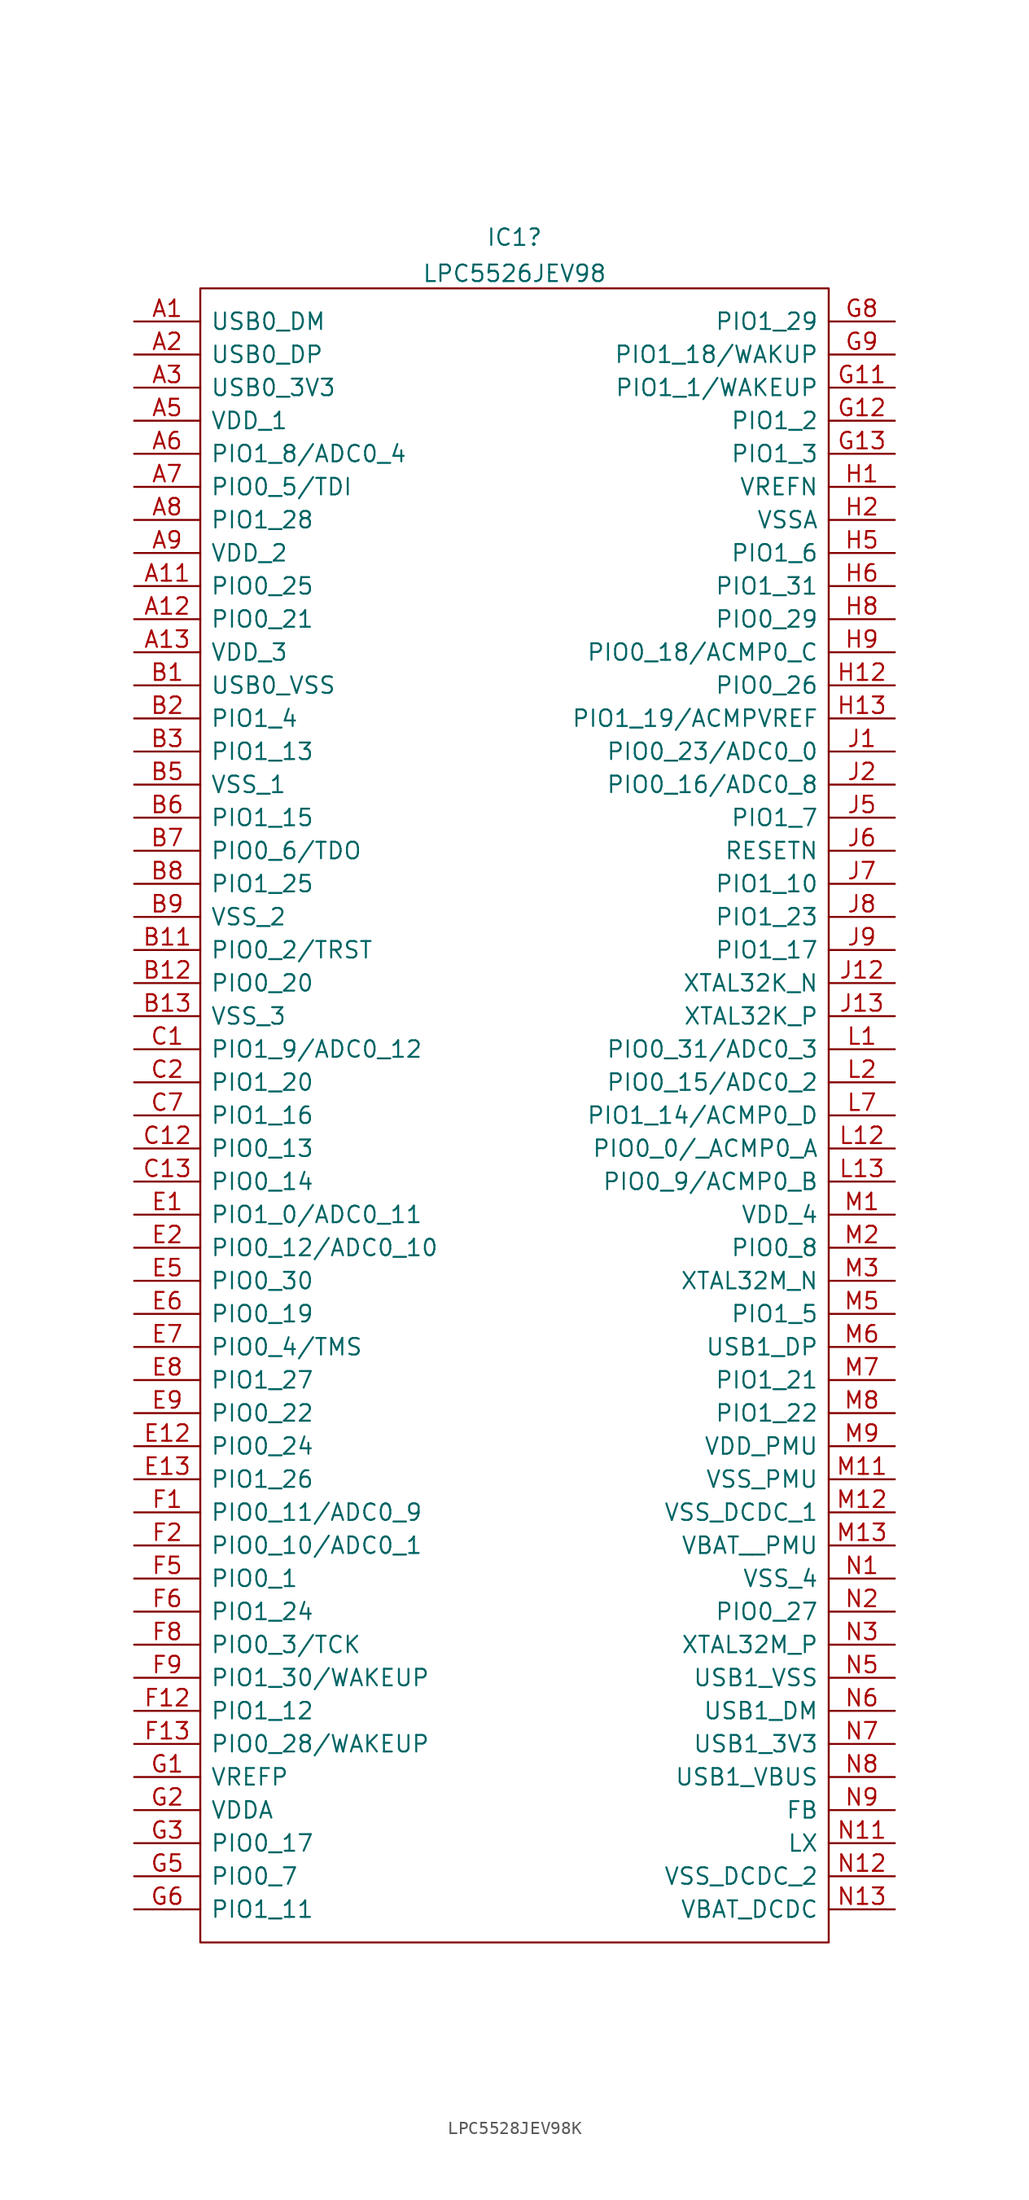
<source format=kicad_sym>
(kicad_symbol_lib
  (version 20211014)
  (generator kicad_symbol_editor)
  (symbol "LPC5528JEV98K"
    (pin_names
      (offset 0.762))
    (property "Reference" "IC1"
      (at 29.21 6.456 0)
      (effects (font (size 1.27 1.27))))
    (property "Value" "LPC5526JEV98"
      (at 29.21 3.681 0)
      (effects (font (size 1.27 1.27))))
    (symbol "LPC5528JEV98K_0_0"
      (pin passive line (at 0 0 0) (length 5.08) (name "USB0_DM" (effects (font (size 1.27 1.27)))) (number "A1" (effects (font (size 1.27 1.27)))))
      (pin passive line (at 0 -20.32 0) (length 5.08) (name "PIO0_25" (effects (font (size 1.27 1.27)))) (number "A11" (effects (font (size 1.27 1.27)))))
      (pin passive line (at 0 -22.86 0) (length 5.08) (name "PIO0_21" (effects (font (size 1.27 1.27)))) (number "A12" (effects (font (size 1.27 1.27)))))
      (pin passive line (at 0 -25.4 0) (length 5.08) (name "VDD_3" (effects (font (size 1.27 1.27)))) (number "A13" (effects (font (size 1.27 1.27)))))
      (pin passive line (at 0 -2.54 0) (length 5.08) (name "USB0_DP" (effects (font (size 1.27 1.27)))) (number "A2" (effects (font (size 1.27 1.27)))))
      (pin passive line (at 0 -5.08 0) (length 5.08) (name "USB0_3V3" (effects (font (size 1.27 1.27)))) (number "A3" (effects (font (size 1.27 1.27)))))
      (pin passive line (at 0 -7.62 0) (length 5.08) (name "VDD_1" (effects (font (size 1.27 1.27)))) (number "A5" (effects (font (size 1.27 1.27)))))
      (pin passive line (at 0 -10.16 0) (length 5.08) (name "PIO1_8/ADC0_4" (effects (font (size 1.27 1.27)))) (number "A6" (effects (font (size 1.27 1.27)))))
      (pin passive line (at 0 -12.7 0) (length 5.08) (name "PIO0_5/TDI" (effects (font (size 1.27 1.27)))) (number "A7" (effects (font (size 1.27 1.27)))))
      (pin passive line (at 0 -15.24 0) (length 5.08) (name "PIO1_28" (effects (font (size 1.27 1.27)))) (number "A8" (effects (font (size 1.27 1.27)))))
      (pin passive line (at 0 -17.78 0) (length 5.08) (name "VDD_2" (effects (font (size 1.27 1.27)))) (number "A9" (effects (font (size 1.27 1.27)))))
      (pin passive line (at 0 -27.94 0) (length 5.08) (name "USB0_VSS" (effects (font (size 1.27 1.27)))) (number "B1" (effects (font (size 1.27 1.27)))))
      (pin passive line (at 0 -48.26 0) (length 5.08) (name "PIO0_2/TRST" (effects (font (size 1.27 1.27)))) (number "B11" (effects (font (size 1.27 1.27)))))
      (pin passive line (at 0 -50.8 0) (length 5.08) (name "PIO0_20" (effects (font (size 1.27 1.27)))) (number "B12" (effects (font (size 1.27 1.27)))))
      (pin passive line (at 0 -53.34 0) (length 5.08) (name "VSS_3" (effects (font (size 1.27 1.27)))) (number "B13" (effects (font (size 1.27 1.27)))))
      (pin passive line (at 0 -30.48 0) (length 5.08) (name "PIO1_4" (effects (font (size 1.27 1.27)))) (number "B2" (effects (font (size 1.27 1.27)))))
      (pin passive line (at 0 -33.02 0) (length 5.08) (name "PIO1_13" (effects (font (size 1.27 1.27)))) (number "B3" (effects (font (size 1.27 1.27)))))
      (pin passive line (at 0 -35.56 0) (length 5.08) (name "VSS_1" (effects (font (size 1.27 1.27)))) (number "B5" (effects (font (size 1.27 1.27)))))
      (pin passive line (at 0 -38.1 0) (length 5.08) (name "PIO1_15" (effects (font (size 1.27 1.27)))) (number "B6" (effects (font (size 1.27 1.27)))))
      (pin passive line (at 0 -40.64 0) (length 5.08) (name "PIO0_6/TDO" (effects (font (size 1.27 1.27)))) (number "B7" (effects (font (size 1.27 1.27)))))
      (pin passive line (at 0 -43.18 0) (length 5.08) (name "PIO1_25" (effects (font (size 1.27 1.27)))) (number "B8" (effects (font (size 1.27 1.27)))))
      (pin passive line (at 0 -45.72 0) (length 5.08) (name "VSS_2" (effects (font (size 1.27 1.27)))) (number "B9" (effects (font (size 1.27 1.27)))))
      (pin passive line (at 0 -55.88 0) (length 5.08) (name "PIO1_9/ADC0_12" (effects (font (size 1.27 1.27)))) (number "C1" (effects (font (size 1.27 1.27)))))
      (pin passive line (at 0 -63.5 0) (length 5.08) (name "PIO0_13" (effects (font (size 1.27 1.27)))) (number "C12" (effects (font (size 1.27 1.27)))))
      (pin passive line (at 0 -66.04 0) (length 5.08) (name "PIO0_14" (effects (font (size 1.27 1.27)))) (number "C13" (effects (font (size 1.27 1.27)))))
      (pin passive line (at 0 -58.42 0) (length 5.08) (name "PIO1_20" (effects (font (size 1.27 1.27)))) (number "C2" (effects (font (size 1.27 1.27)))))
      (pin passive line (at 0 -60.96 0) (length 5.08) (name "PIO1_16" (effects (font (size 1.27 1.27)))) (number "C7" (effects (font (size 1.27 1.27)))))
      (pin passive line (at 0 -68.58 0) (length 5.08) (name "PIO1_0/ADC0_11" (effects (font (size 1.27 1.27)))) (number "E1" (effects (font (size 1.27 1.27)))))
      (pin passive line (at 0 -86.36 0) (length 5.08) (name "PIO0_24" (effects (font (size 1.27 1.27)))) (number "E12" (effects (font (size 1.27 1.27)))))
      (pin passive line (at 0 -88.9 0) (length 5.08) (name "PIO1_26" (effects (font (size 1.27 1.27)))) (number "E13" (effects (font (size 1.27 1.27)))))
      (pin passive line (at 0 -71.12 0) (length 5.08) (name "PIO0_12/ADC0_10" (effects (font (size 1.27 1.27)))) (number "E2" (effects (font (size 1.27 1.27)))))
      (pin passive line (at 0 -73.66 0) (length 5.08) (name "PIO0_30" (effects (font (size 1.27 1.27)))) (number "E5" (effects (font (size 1.27 1.27)))))
      (pin passive line (at 0 -76.2 0) (length 5.08) (name "PIO0_19" (effects (font (size 1.27 1.27)))) (number "E6" (effects (font (size 1.27 1.27)))))
      (pin passive line (at 0 -78.74 0) (length 5.08) (name "PIO0_4/TMS" (effects (font (size 1.27 1.27)))) (number "E7" (effects (font (size 1.27 1.27)))))
      (pin passive line (at 0 -81.28 0) (length 5.08) (name "PIO1_27" (effects (font (size 1.27 1.27)))) (number "E8" (effects (font (size 1.27 1.27)))))
      (pin passive line (at 0 -83.82 0) (length 5.08) (name "PIO0_22" (effects (font (size 1.27 1.27)))) (number "E9" (effects (font (size 1.27 1.27)))))
      (pin passive line (at 0 -91.44 0) (length 5.08) (name "PIO0_11/ADC0_9" (effects (font (size 1.27 1.27)))) (number "F1" (effects (font (size 1.27 1.27)))))
      (pin passive line (at 0 -106.68 0) (length 5.08) (name "PIO1_12" (effects (font (size 1.27 1.27)))) (number "F12" (effects (font (size 1.27 1.27)))))
      (pin passive line (at 0 -109.22 0) (length 5.08) (name "PIO0_28/WAKEUP" (effects (font (size 1.27 1.27)))) (number "F13" (effects (font (size 1.27 1.27)))))
      (pin passive line (at 0 -93.98 0) (length 5.08) (name "PIO0_10/ADC0_1" (effects (font (size 1.27 1.27)))) (number "F2" (effects (font (size 1.27 1.27)))))
      (pin passive line (at 0 -96.52 0) (length 5.08) (name "PIO0_1" (effects (font (size 1.27 1.27)))) (number "F5" (effects (font (size 1.27 1.27)))))
      (pin passive line (at 0 -99.06 0) (length 5.08) (name "PIO1_24" (effects (font (size 1.27 1.27)))) (number "F6" (effects (font (size 1.27 1.27)))))
      (pin passive line (at 0 -101.6 0) (length 5.08) (name "PIO0_3/TCK" (effects (font (size 1.27 1.27)))) (number "F8" (effects (font (size 1.27 1.27)))))
      (pin passive line (at 0 -104.14 0) (length 5.08) (name "PIO1_30/WAKEUP" (effects (font (size 1.27 1.27)))) (number "F9" (effects (font (size 1.27 1.27)))))
      (pin passive line (at 0 -111.76 0) (length 5.08) (name "VREFP" (effects (font (size 1.27 1.27)))) (number "G1" (effects (font (size 1.27 1.27)))))
      (pin passive line (at 58.42 -5.08 180) (length 5.08) (name "PIO1_1/WAKEUP" (effects (font (size 1.27 1.27)))) (number "G11" (effects (font (size 1.27 1.27)))))
      (pin passive line (at 58.42 -7.62 180) (length 5.08) (name "PIO1_2" (effects (font (size 1.27 1.27)))) (number "G12" (effects (font (size 1.27 1.27)))))
      (pin passive line (at 58.42 -10.16 180) (length 5.08) (name "PIO1_3" (effects (font (size 1.27 1.27)))) (number "G13" (effects (font (size 1.27 1.27)))))
      (pin passive line (at 0 -114.3 0) (length 5.08) (name "VDDA" (effects (font (size 1.27 1.27)))) (number "G2" (effects (font (size 1.27 1.27)))))
      (pin passive line (at 0 -116.84 0) (length 5.08) (name "PIO0_17" (effects (font (size 1.27 1.27)))) (number "G3" (effects (font (size 1.27 1.27)))))
      (pin passive line (at 0 -119.38 0) (length 5.08) (name "PIO0_7" (effects (font (size 1.27 1.27)))) (number "G5" (effects (font (size 1.27 1.27)))))
      (pin passive line (at 0 -121.92 0) (length 5.08) (name "PIO1_11" (effects (font (size 1.27 1.27)))) (number "G6" (effects (font (size 1.27 1.27)))))
      (pin passive line (at 58.42 0 180) (length 5.08) (name "PIO1_29" (effects (font (size 1.27 1.27)))) (number "G8" (effects (font (size 1.27 1.27)))))
      (pin passive line (at 58.42 -2.54 180) (length 5.08) (name "PIO1_18/WAKUP" (effects (font (size 1.27 1.27)))) (number "G9" (effects (font (size 1.27 1.27)))))
      (pin passive line (at 58.42 -12.7 180) (length 5.08) (name "VREFN" (effects (font (size 1.27 1.27)))) (number "H1" (effects (font (size 1.27 1.27)))))
      (pin passive line (at 58.42 -27.94 180) (length 5.08) (name "PIO0_26" (effects (font (size 1.27 1.27)))) (number "H12" (effects (font (size 1.27 1.27)))))
      (pin passive line (at 58.42 -30.48 180) (length 5.08) (name "PIO1_19/ACMPVREF" (effects (font (size 1.27 1.27)))) (number "H13" (effects (font (size 1.27 1.27)))))
      (pin passive line (at 58.42 -15.24 180) (length 5.08) (name "VSSA" (effects (font (size 1.27 1.27)))) (number "H2" (effects (font (size 1.27 1.27)))))
      (pin passive line (at 58.42 -17.78 180) (length 5.08) (name "PIO1_6" (effects (font (size 1.27 1.27)))) (number "H5" (effects (font (size 1.27 1.27)))))
      (pin passive line (at 58.42 -20.32 180) (length 5.08) (name "PIO1_31" (effects (font (size 1.27 1.27)))) (number "H6" (effects (font (size 1.27 1.27)))))
      (pin passive line (at 58.42 -22.86 180) (length 5.08) (name "PIO0_29" (effects (font (size 1.27 1.27)))) (number "H8" (effects (font (size 1.27 1.27)))))
      (pin passive line (at 58.42 -25.4 180) (length 5.08) (name "PIO0_18/ACMP0_C" (effects (font (size 1.27 1.27)))) (number "H9" (effects (font (size 1.27 1.27)))))
      (pin passive line (at 58.42 -33.02 180) (length 5.08) (name "PIO0_23/ADC0_0" (effects (font (size 1.27 1.27)))) (number "J1" (effects (font (size 1.27 1.27)))))
      (pin passive line (at 58.42 -50.8 180) (length 5.08) (name "XTAL32K_N" (effects (font (size 1.27 1.27)))) (number "J12" (effects (font (size 1.27 1.27)))))
      (pin passive line (at 58.42 -53.34 180) (length 5.08) (name "XTAL32K_P" (effects (font (size 1.27 1.27)))) (number "J13" (effects (font (size 1.27 1.27)))))
      (pin passive line (at 58.42 -35.56 180) (length 5.08) (name "PIO0_16/ADC0_8" (effects (font (size 1.27 1.27)))) (number "J2" (effects (font (size 1.27 1.27)))))
      (pin passive line (at 58.42 -38.1 180) (length 5.08) (name "PIO1_7" (effects (font (size 1.27 1.27)))) (number "J5" (effects (font (size 1.27 1.27)))))
      (pin passive line (at 58.42 -40.64 180) (length 5.08) (name "RESETN" (effects (font (size 1.27 1.27)))) (number "J6" (effects (font (size 1.27 1.27)))))
      (pin passive line (at 58.42 -43.18 180) (length 5.08) (name "PIO1_10" (effects (font (size 1.27 1.27)))) (number "J7" (effects (font (size 1.27 1.27)))))
      (pin passive line (at 58.42 -45.72 180) (length 5.08) (name "PIO1_23" (effects (font (size 1.27 1.27)))) (number "J8" (effects (font (size 1.27 1.27)))))
      (pin passive line (at 58.42 -48.26 180) (length 5.08) (name "PIO1_17" (effects (font (size 1.27 1.27)))) (number "J9" (effects (font (size 1.27 1.27)))))
      (pin passive line (at 58.42 -55.88 180) (length 5.08) (name "PIO0_31/ADC0_3" (effects (font (size 1.27 1.27)))) (number "L1" (effects (font (size 1.27 1.27)))))
      (pin passive line (at 58.42 -63.5 180) (length 5.08) (name "PIO0_0/_ACMP0_A" (effects (font (size 1.27 1.27)))) (number "L12" (effects (font (size 1.27 1.27)))))
      (pin passive line (at 58.42 -66.04 180) (length 5.08) (name "PIO0_9/ACMP0_B" (effects (font (size 1.27 1.27)))) (number "L13" (effects (font (size 1.27 1.27)))))
      (pin passive line (at 58.42 -58.42 180) (length 5.08) (name "PIO0_15/ADC0_2" (effects (font (size 1.27 1.27)))) (number "L2" (effects (font (size 1.27 1.27)))))
      (pin passive line (at 58.42 -60.96 180) (length 5.08) (name "PIO1_14/ACMP0_D" (effects (font (size 1.27 1.27)))) (number "L7" (effects (font (size 1.27 1.27)))))
      (pin passive line (at 58.42 -68.58 180) (length 5.08) (name "VDD_4" (effects (font (size 1.27 1.27)))) (number "M1" (effects (font (size 1.27 1.27)))))
      (pin passive line (at 58.42 -88.9 180) (length 5.08) (name "VSS_PMU" (effects (font (size 1.27 1.27)))) (number "M11" (effects (font (size 1.27 1.27)))))
      (pin passive line (at 58.42 -91.44 180) (length 5.08) (name "VSS_DCDC_1" (effects (font (size 1.27 1.27)))) (number "M12" (effects (font (size 1.27 1.27)))))
      (pin passive line (at 58.42 -93.98 180) (length 5.08) (name "VBAT__PMU" (effects (font (size 1.27 1.27)))) (number "M13" (effects (font (size 1.27 1.27)))))
      (pin passive line (at 58.42 -71.12 180) (length 5.08) (name "PIO0_8" (effects (font (size 1.27 1.27)))) (number "M2" (effects (font (size 1.27 1.27)))))
      (pin passive line (at 58.42 -73.66 180) (length 5.08) (name "XTAL32M_N" (effects (font (size 1.27 1.27)))) (number "M3" (effects (font (size 1.27 1.27)))))
      (pin passive line (at 58.42 -76.2 180) (length 5.08) (name "PIO1_5" (effects (font (size 1.27 1.27)))) (number "M5" (effects (font (size 1.27 1.27)))))
      (pin passive line (at 58.42 -78.74 180) (length 5.08) (name "USB1_DP" (effects (font (size 1.27 1.27)))) (number "M6" (effects (font (size 1.27 1.27)))))
      (pin passive line (at 58.42 -81.28 180) (length 5.08) (name "PIO1_21" (effects (font (size 1.27 1.27)))) (number "M7" (effects (font (size 1.27 1.27)))))
      (pin passive line (at 58.42 -83.82 180) (length 5.08) (name "PIO1_22" (effects (font (size 1.27 1.27)))) (number "M8" (effects (font (size 1.27 1.27)))))
      (pin passive line (at 58.42 -86.36 180) (length 5.08) (name "VDD_PMU" (effects (font (size 1.27 1.27)))) (number "M9" (effects (font (size 1.27 1.27)))))
      (pin passive line (at 58.42 -96.52 180) (length 5.08) (name "VSS_4" (effects (font (size 1.27 1.27)))) (number "N1" (effects (font (size 1.27 1.27)))))
      (pin passive line (at 58.42 -116.84 180) (length 5.08) (name "LX" (effects (font (size 1.27 1.27)))) (number "N11" (effects (font (size 1.27 1.27)))))
      (pin passive line (at 58.42 -119.38 180) (length 5.08) (name "VSS_DCDC_2" (effects (font (size 1.27 1.27)))) (number "N12" (effects (font (size 1.27 1.27)))))
      (pin passive line (at 58.42 -121.92 180) (length 5.08) (name "VBAT_DCDC" (effects (font (size 1.27 1.27)))) (number "N13" (effects (font (size 1.27 1.27)))))
      (pin passive line (at 58.42 -99.06 180) (length 5.08) (name "PIO0_27" (effects (font (size 1.27 1.27)))) (number "N2" (effects (font (size 1.27 1.27)))))
      (pin passive line (at 58.42 -101.6 180) (length 5.08) (name "XTAL32M_P" (effects (font (size 1.27 1.27)))) (number "N3" (effects (font (size 1.27 1.27)))))
      (pin passive line (at 58.42 -104.14 180) (length 5.08) (name "USB1_VSS" (effects (font (size 1.27 1.27)))) (number "N5" (effects (font (size 1.27 1.27)))))
      (pin passive line (at 58.42 -106.68 180) (length 5.08) (name "USB1_DM" (effects (font (size 1.27 1.27)))) (number "N6" (effects (font (size 1.27 1.27)))))
      (pin passive line (at 58.42 -109.22 180) (length 5.08) (name "USB1_3V3" (effects (font (size 1.27 1.27)))) (number "N7" (effects (font (size 1.27 1.27)))))
      (pin passive line (at 58.42 -111.76 180) (length 5.08) (name "USB1_VBUS" (effects (font (size 1.27 1.27)))) (number "N8" (effects (font (size 1.27 1.27)))))
      (pin passive line (at 58.42 -114.3 180) (length 5.08) (name "FB" (effects (font (size 1.27 1.27)))) (number "N9" (effects (font (size 1.27 1.27))))))
    (symbol "LPC5528JEV98K_0_1"
      (polyline (pts (xy 5.08 2.54) (xy 53.34 2.54) (xy 53.34 -124.46) (xy 5.08 -124.46) (xy 5.08 2.54)) (stroke (width 0.152) (type default) (color 0 0 0 0)) (fill (type none))))))
</source>
